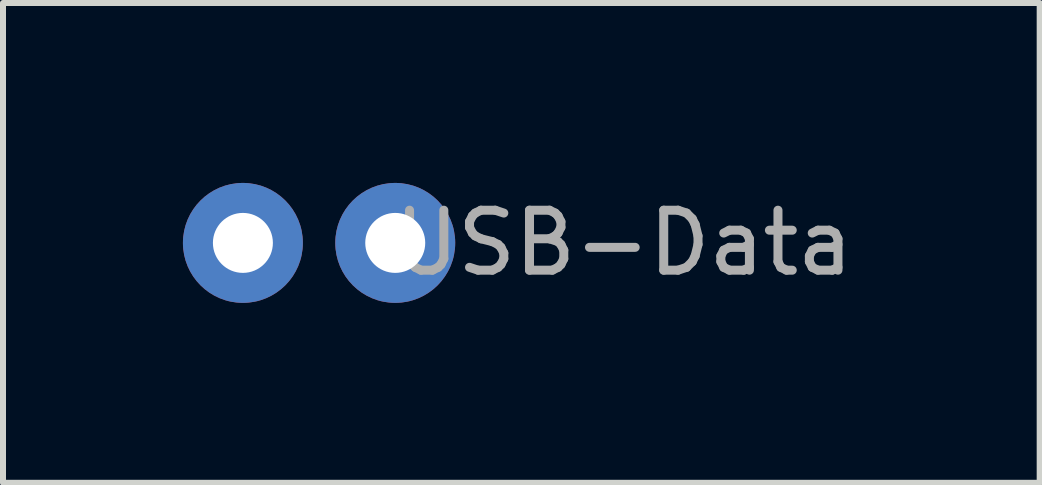
<source format=kicad_pcb>
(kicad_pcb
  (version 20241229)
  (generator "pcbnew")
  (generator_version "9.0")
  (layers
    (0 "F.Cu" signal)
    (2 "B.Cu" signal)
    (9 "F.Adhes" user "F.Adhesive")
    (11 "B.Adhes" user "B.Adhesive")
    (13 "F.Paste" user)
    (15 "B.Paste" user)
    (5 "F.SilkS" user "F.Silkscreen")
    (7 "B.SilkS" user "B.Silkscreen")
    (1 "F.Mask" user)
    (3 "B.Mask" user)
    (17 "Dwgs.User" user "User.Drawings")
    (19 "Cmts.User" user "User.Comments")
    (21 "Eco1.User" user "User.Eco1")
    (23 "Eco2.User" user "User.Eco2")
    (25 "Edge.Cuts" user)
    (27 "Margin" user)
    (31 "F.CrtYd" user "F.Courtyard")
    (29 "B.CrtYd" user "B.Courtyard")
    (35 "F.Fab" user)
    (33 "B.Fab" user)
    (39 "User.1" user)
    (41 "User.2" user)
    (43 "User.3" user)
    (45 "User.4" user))
  (footprint "USB-Data"
    (layer "F.Cu")
    (at 3.54 1)
    (property "Reference" "USB-Data" (at 3.81 0 0) (layer "F.Fab") (effects (font (size 1 1) (thickness 0.15))))
    (attr through_hole)
    (pad "1" thru_hole circle (at -2.54 0) (size 2 2) (drill 1) (layers "*.Cu" "*.Mask"))
    (pad "1" thru_hole circle (at 0 0) (size 2 2) (drill 1) (layers "*.Cu" "*.Mask")))
  (gr_rect
    (start -3 -3)
    (end 14.285 5)
    (stroke (width 0.1) (type default))
    (fill no)
    (layer "Edge.Cuts")))
</source>
